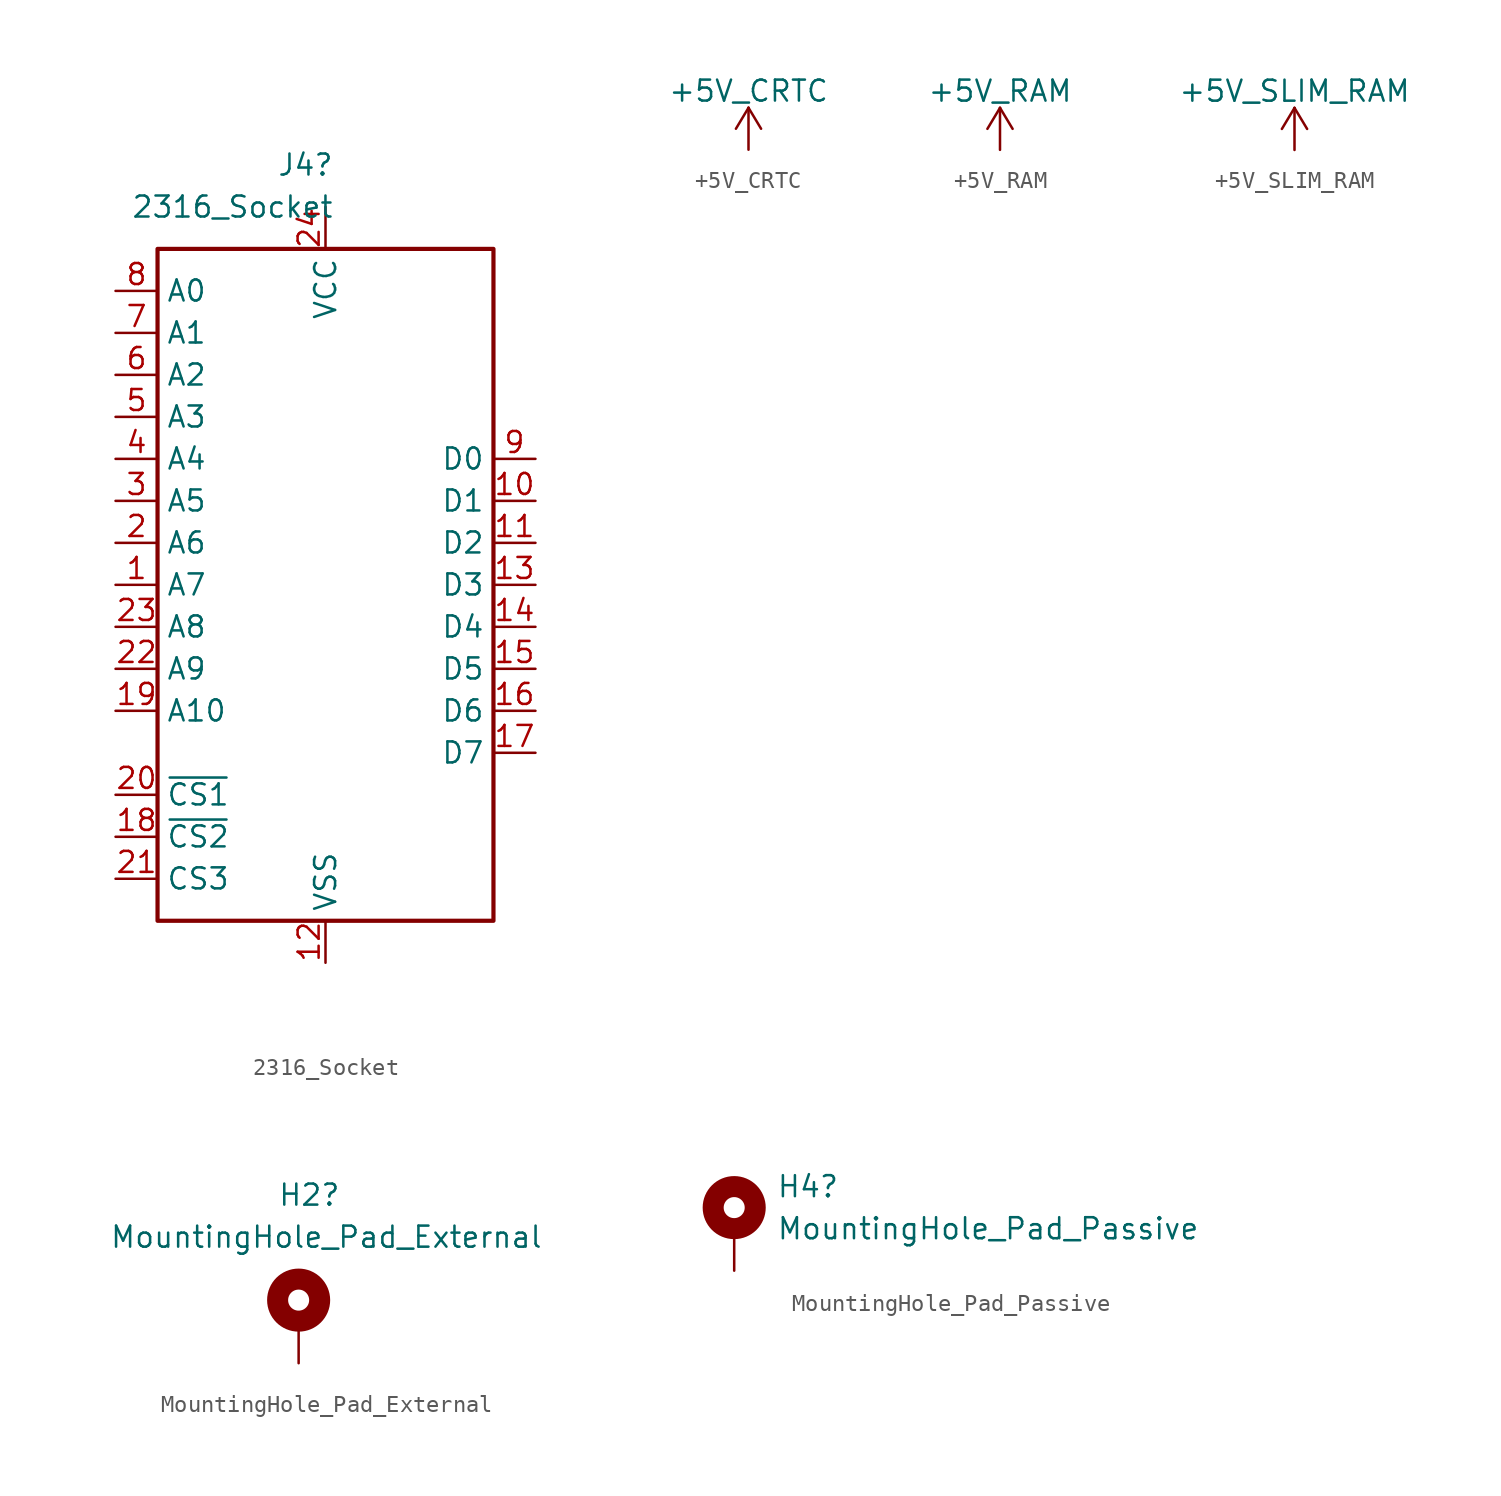
<source format=kicad_sym>
(kicad_symbol_lib
  (version 20220914)
  (generator kicad_symbol_editor)
  (symbol "2316_Socket"
    (property "Reference" "J4"
      (at 0.521 25.4 0)
      (effects (font (size 1.27 1.27)) (justify right)))
    (property "Value" "2316_Socket"
      (at 0.521 22.86 0)
      (effects (font (size 1.27 1.27)) (justify right)))
    (symbol "2316_Socket_0_1"
      (rectangle (start -10.16 20.32) (end 10.16 -20.32) (stroke (width 0.254) (type default)) (fill (type none))))
    (symbol "2316_Socket_1_1"
      (pin passive line (at -12.7 0 0) (length 2.54) (name "A7" (effects (font (size 1.27 1.27)))) (number "1" (effects (font (size 1.27 1.27)))))
      (pin passive line (at 12.7 5.08 180) (length 2.54) (name "D1" (effects (font (size 1.27 1.27)))) (number "10" (effects (font (size 1.27 1.27)))))
      (pin passive line (at 12.7 2.54 180) (length 2.54) (name "D2" (effects (font (size 1.27 1.27)))) (number "11" (effects (font (size 1.27 1.27)))))
      (pin power_in line (at 0 -22.86 90) (length 2.54) (name "VSS" (effects (font (size 1.27 1.27)))) (number "12" (effects (font (size 1.27 1.27)))))
      (pin passive line (at 12.7 0 180) (length 2.54) (name "D3" (effects (font (size 1.27 1.27)))) (number "13" (effects (font (size 1.27 1.27)))))
      (pin passive line (at 12.7 -2.54 180) (length 2.54) (name "D4" (effects (font (size 1.27 1.27)))) (number "14" (effects (font (size 1.27 1.27)))))
      (pin passive line (at 12.7 -5.08 180) (length 2.54) (name "D5" (effects (font (size 1.27 1.27)))) (number "15" (effects (font (size 1.27 1.27)))))
      (pin passive line (at 12.7 -7.62 180) (length 2.54) (name "D6" (effects (font (size 1.27 1.27)))) (number "16" (effects (font (size 1.27 1.27)))))
      (pin passive line (at 12.7 -10.16 180) (length 2.54) (name "D7" (effects (font (size 1.27 1.27)))) (number "17" (effects (font (size 1.27 1.27)))))
      (pin passive line (at -12.7 -15.24 0) (length 2.54) (name "~{CS2}" (effects (font (size 1.27 1.27)))) (number "18" (effects (font (size 1.27 1.27)))))
      (pin passive line (at -12.7 -7.62 0) (length 2.54) (name "A10" (effects (font (size 1.27 1.27)))) (number "19" (effects (font (size 1.27 1.27)))))
      (pin passive line (at -12.7 2.54 0) (length 2.54) (name "A6" (effects (font (size 1.27 1.27)))) (number "2" (effects (font (size 1.27 1.27)))))
      (pin passive line (at -12.7 -12.7 0) (length 2.54) (name "~{CS1}" (effects (font (size 1.27 1.27)))) (number "20" (effects (font (size 1.27 1.27)))))
      (pin passive line (at -12.7 -17.78 0) (length 2.54) (name "CS3" (effects (font (size 1.27 1.27)))) (number "21" (effects (font (size 1.27 1.27)))))
      (pin passive line (at -12.7 -5.08 0) (length 2.54) (name "A9" (effects (font (size 1.27 1.27)))) (number "22" (effects (font (size 1.27 1.27)))))
      (pin passive line (at -12.7 -2.54 0) (length 2.54) (name "A8" (effects (font (size 1.27 1.27)))) (number "23" (effects (font (size 1.27 1.27)))))
      (pin power_in line (at 0 22.86 270) (length 2.54) (name "VCC" (effects (font (size 1.27 1.27)))) (number "24" (effects (font (size 1.27 1.27)))))
      (pin passive line (at -12.7 5.08 0) (length 2.54) (name "A5" (effects (font (size 1.27 1.27)))) (number "3" (effects (font (size 1.27 1.27)))))
      (pin passive line (at -12.7 7.62 0) (length 2.54) (name "A4" (effects (font (size 1.27 1.27)))) (number "4" (effects (font (size 1.27 1.27)))))
      (pin passive line (at -12.7 10.16 0) (length 2.54) (name "A3" (effects (font (size 1.27 1.27)))) (number "5" (effects (font (size 1.27 1.27)))))
      (pin passive line (at -12.7 12.7 0) (length 2.54) (name "A2" (effects (font (size 1.27 1.27)))) (number "6" (effects (font (size 1.27 1.27)))))
      (pin passive line (at -12.7 15.24 0) (length 2.54) (name "A1" (effects (font (size 1.27 1.27)))) (number "7" (effects (font (size 1.27 1.27)))))
      (pin passive line (at -12.7 17.78 0) (length 2.54) (name "A0" (effects (font (size 1.27 1.27)))) (number "8" (effects (font (size 1.27 1.27)))))
      (pin passive line (at 12.7 7.62 180) (length 2.54) (name "D0" (effects (font (size 1.27 1.27)))) (number "9" (effects (font (size 1.27 1.27)))))))
  (symbol "+5V_CRTC"
    (power)
    (pin_names
      (offset 0))
    (property "Reference" "#PWR"
      (at 0 -3.81 0)
      (effects (font (size 1.27 1.27)) hide))
    (property "Value" "+5V_CRTC"
      (at 0 3.556 0)
      (effects (font (size 1.27 1.27))))
    (symbol "+5V_CRTC_0_1"
      (polyline (pts (xy -0.762 1.27) (xy 0 2.54)) (stroke (width 0) (type default)) (fill (type none)))
      (polyline (pts (xy 0 0) (xy 0 2.54)) (stroke (width 0) (type default)) (fill (type none)))
      (polyline (pts (xy 0 2.54) (xy 0.762 1.27)) (stroke (width 0) (type default)) (fill (type none))))
    (symbol "+5V_CRTC_1_1"
      (pin power_in line (at 0 0 90) (length 0) hide (name "+5V_CRTC" (effects (font (size 1.27 1.27)))) (number "1" (effects (font (size 1.27 1.27)))))))
  (symbol "+5V_RAM"
    (power)
    (pin_names
      (offset 0))
    (property "Reference" "#PWR"
      (at 0 -3.81 0)
      (effects (font (size 1.27 1.27)) hide))
    (property "Value" "+5V_RAM"
      (at 0 3.556 0)
      (effects (font (size 1.27 1.27))))
    (symbol "+5V_RAM_0_1"
      (polyline (pts (xy -0.762 1.27) (xy 0 2.54)) (stroke (width 0) (type default)) (fill (type none)))
      (polyline (pts (xy 0 0) (xy 0 2.54)) (stroke (width 0) (type default)) (fill (type none)))
      (polyline (pts (xy 0 2.54) (xy 0.762 1.27)) (stroke (width 0) (type default)) (fill (type none))))
    (symbol "+5V_RAM_1_1"
      (pin power_in line (at 0 0 180) (length 0) hide (name "+5V_RAM" (effects (font (size 1.27 1.27)))) (number "1" (effects (font (size 1.27 1.27)))))))
  (symbol "+5V_SLIM_RAM"
    (power)
    (pin_names
      (offset 0))
    (property "Reference" "#PWR"
      (at 0 -3.81 0)
      (effects (font (size 1.27 1.27)) hide))
    (property "Value" "+5V_SLIM_RAM"
      (at 0 3.556 0)
      (effects (font (size 1.27 1.27))))
    (symbol "+5V_SLIM_RAM_0_1"
      (polyline (pts (xy -0.762 1.27) (xy 0 2.54)) (stroke (width 0) (type default)) (fill (type none)))
      (polyline (pts (xy 0 0) (xy 0 2.54)) (stroke (width 0) (type default)) (fill (type none)))
      (polyline (pts (xy 0 2.54) (xy 0.762 1.27)) (stroke (width 0) (type default)) (fill (type none))))
    (symbol "+5V_SLIM_RAM_1_1"
      (pin power_in line (at 0 0 180) (length 0) hide (name "+5V_SLIM_RAM" (effects (font (size 1.27 1.27)))) (number "1" (effects (font (size 1.27 1.27)))))))
  (symbol "MountingHole_Pad_External"
    (pin_numbers hide)
    (pin_names
      (offset 1.016) hide)
    (property "Reference" "H2"
      (at -1.27 7.62 0)
      (effects (font (size 1.27 1.27)) (justify left)))
    (property "Value" "MountingHole_Pad_External"
      (at -11.43 5.08 0)
      (effects (font (size 1.27 1.27)) (justify left)))
    (symbol "MountingHole_Pad_External_0_1"
      (circle (center 0 1.27) (radius 1.27) (stroke (width 1.27) (type default)) (fill (type none))))
    (symbol "MountingHole_Pad_External_1_1"
      (pin output line (at 0 -2.54 90) (length 2.54) (name "1" (effects (font (size 1.27 1.27)))) (number "1" (effects (font (size 1.27 1.27)))))))
  (symbol "MountingHole_Pad_Passive"
    (pin_numbers hide)
    (pin_names
      (offset 1.016) hide)
    (property "Reference" "H4"
      (at 2.54 2.54 0)
      (effects (font (size 1.27 1.27)) (justify left)))
    (property "Value" "MountingHole_Pad_Passive"
      (at 2.54 0.0001 0)
      (effects (font (size 1.27 1.27)) (justify left)))
    (symbol "MountingHole_Pad_Passive_0_1"
      (circle (center 0 1.27) (radius 1.27) (stroke (width 1.27) (type default)) (fill (type none))))
    (symbol "MountingHole_Pad_Passive_1_1"
      (pin passive line (at 0 -2.54 90) (length 2.54) (name "1" (effects (font (size 1.27 1.27)))) (number "1" (effects (font (size 1.27 1.27))))))))
</source>
